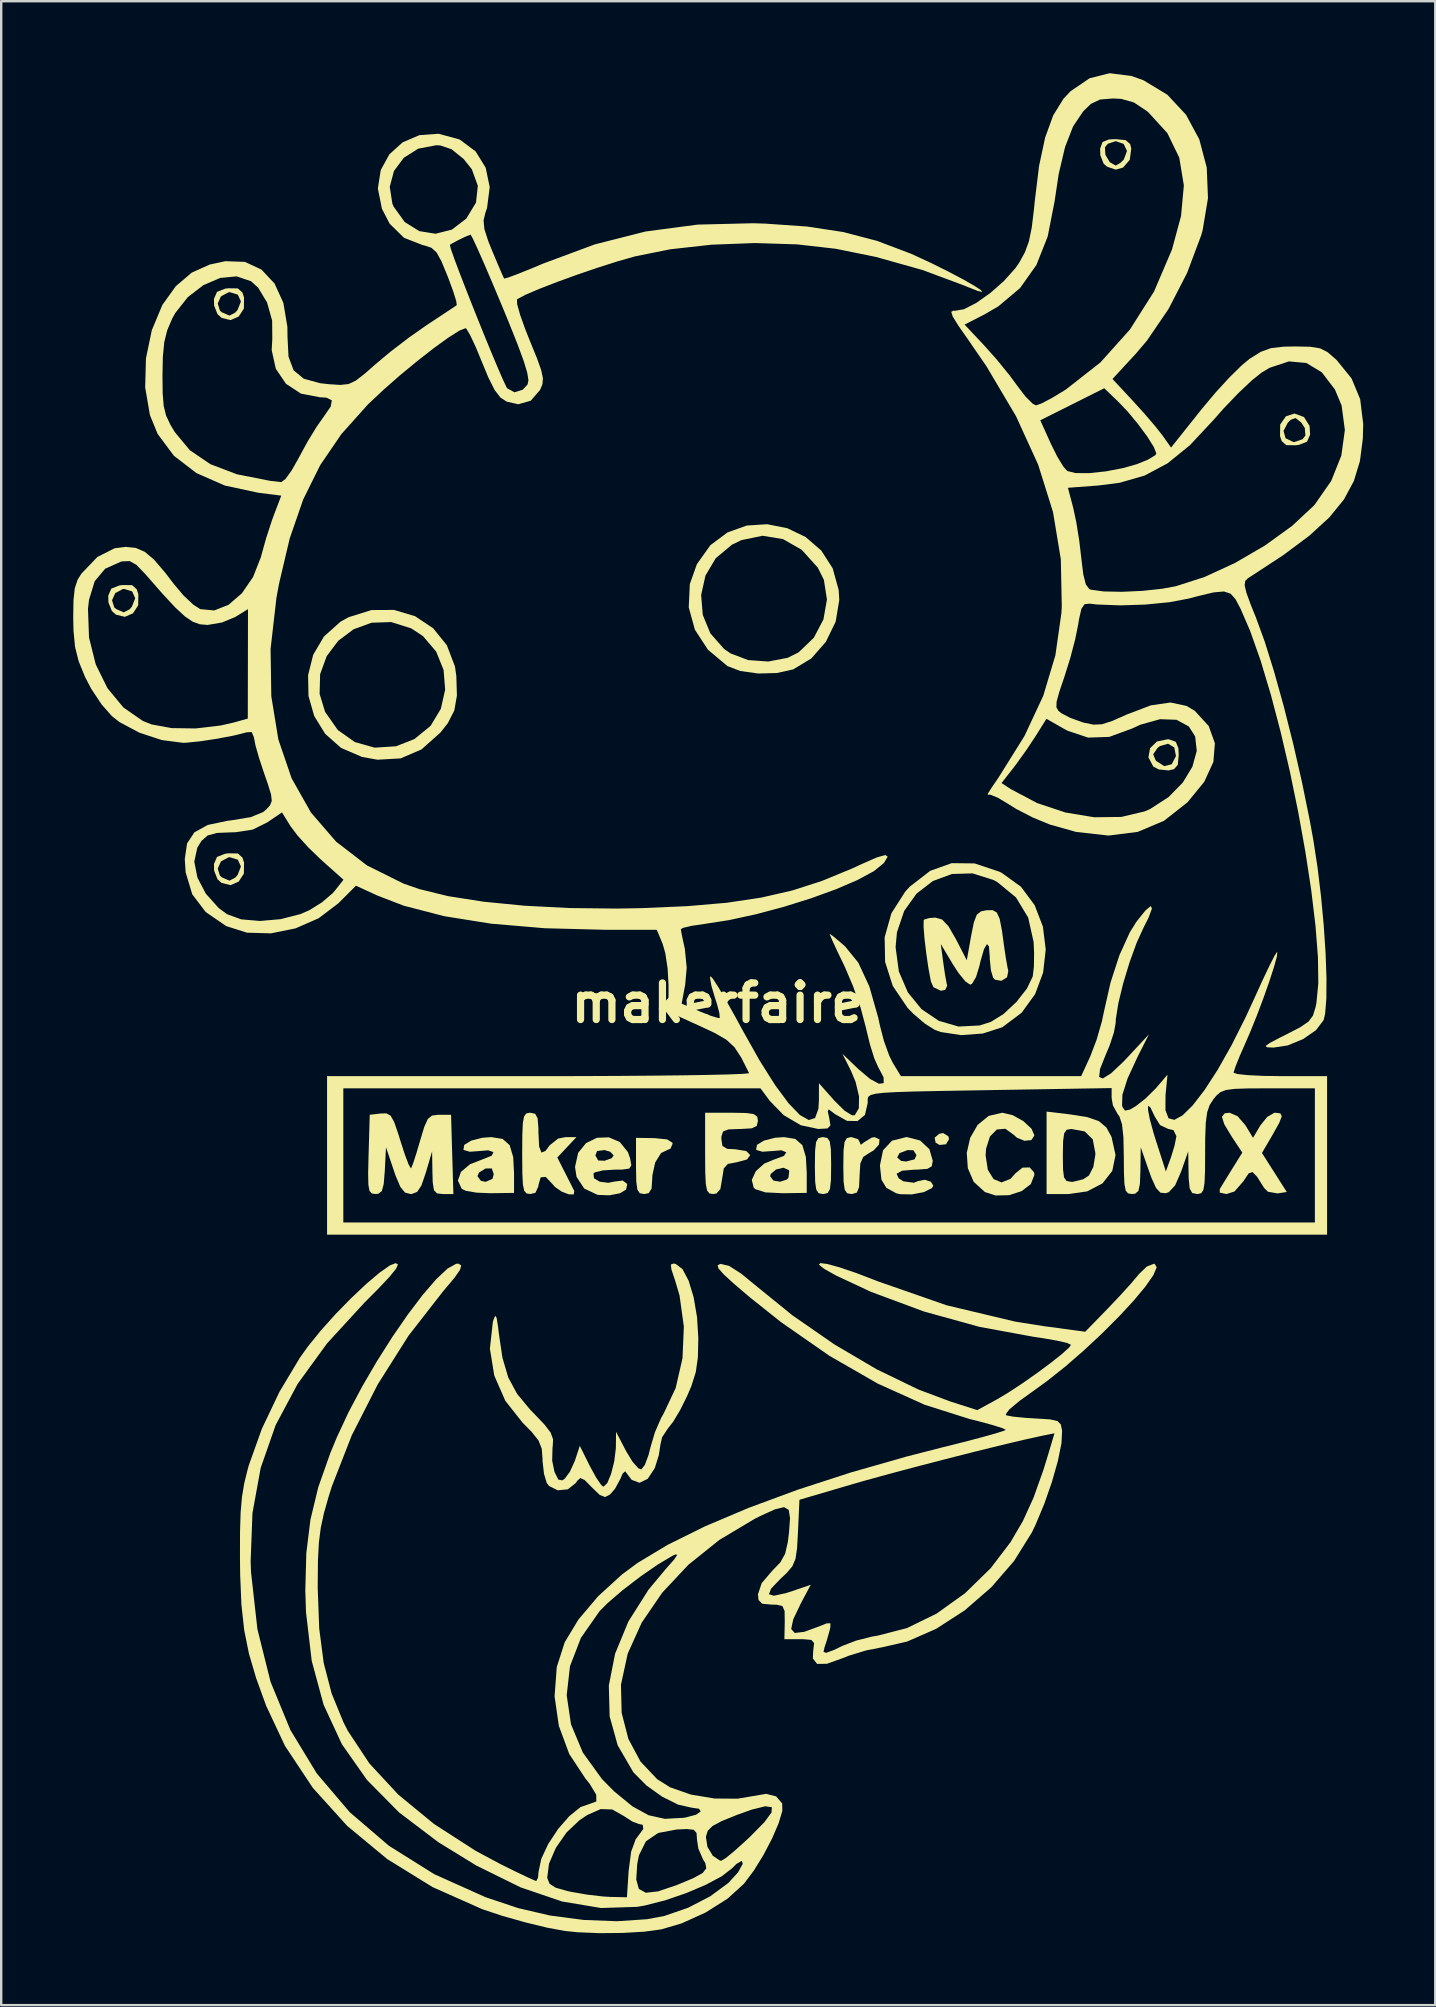
<source format=kicad_pcb>
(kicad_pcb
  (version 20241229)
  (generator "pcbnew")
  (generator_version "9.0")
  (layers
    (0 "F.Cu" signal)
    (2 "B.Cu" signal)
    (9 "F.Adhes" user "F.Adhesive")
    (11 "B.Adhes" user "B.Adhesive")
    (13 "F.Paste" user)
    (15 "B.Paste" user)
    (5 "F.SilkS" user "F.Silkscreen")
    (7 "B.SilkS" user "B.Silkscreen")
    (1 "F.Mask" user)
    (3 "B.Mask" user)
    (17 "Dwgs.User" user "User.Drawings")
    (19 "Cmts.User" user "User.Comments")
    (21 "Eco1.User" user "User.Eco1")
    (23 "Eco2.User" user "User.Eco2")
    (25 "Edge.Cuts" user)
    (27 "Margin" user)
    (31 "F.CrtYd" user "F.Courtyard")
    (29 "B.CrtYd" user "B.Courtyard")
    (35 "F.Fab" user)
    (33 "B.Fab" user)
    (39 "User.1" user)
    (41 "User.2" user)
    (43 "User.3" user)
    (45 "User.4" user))
  (footprint "makerfaire"
    (layer "F.Cu")
    (at 26.83 38.729)
    (property "Reference" "makerfaire" (at 0 0 0) (layer "F.SilkS") (effects (font (size 1.524 1.524) (thickness 0.3))))
    (attr board_only exclude_from_pos_files exclude_from_bom)
    (fp_poly (pts (xy 9.624 5.554) (xy 9.652 5.673) (xy 9.526 5.886) (xy 9.259 5.915) (xy 9.092 5.818) (xy 9.053 5.611) (xy 9.247 5.447) (xy 9.408 5.419)) (stroke (width 0) (type solid)) (fill yes) (layer "F.SilkS"))
    (fp_poly (pts (xy -2.625 5.63) (xy -2.092 5.682) (xy -1.871 5.821) (xy -1.863 5.869) (xy -1.956 6.076) (xy -2.02 6.096) (xy -2.342 6.249) (xy -2.589 6.645) (xy -2.706 7.187) (xy -2.709 7.293) (xy -2.739 7.732) (xy -2.858 7.923) (xy -3.048 7.959) (xy -3.227 7.926) (xy -3.329 7.781) (xy -3.375 7.449) (xy -3.387 6.858) (xy -3.387 6.789) (xy -3.387 5.619)) (stroke (width 0) (type solid)) (fill yes) (layer "F.SilkS"))
    (fp_poly (pts (xy 4.581 5.62) (xy 4.683 5.764) (xy 4.729 6.093) (xy 4.741 6.679) (xy 4.741 6.773) (xy 4.732 7.396) (xy 4.691 7.753) (xy 4.597 7.916) (xy 4.43 7.958) (xy 4.403 7.959) (xy 4.225 7.927) (xy 4.123 7.782) (xy 4.076 7.454) (xy 4.064 6.868) (xy 4.064 6.773) (xy 4.073 6.15) (xy 4.114 5.794) (xy 4.208 5.63) (xy 4.376 5.588) (xy 4.403 5.588)) (stroke (width 0) (type solid)) (fill yes) (layer "F.SilkS"))
    (fp_poly (pts (xy 24.438 -24.407) (xy 24.671 -24.036) (xy 24.693 -23.674) (xy 24.565 -23.38) (xy 24.23 -23.248) (xy 24.093 -23.231) (xy 23.7 -23.236) (xy 23.509 -23.405) (xy 23.44 -23.614) (xy 23.443 -23.831) (xy 23.585 -23.831) (xy 23.67 -23.524) (xy 23.985 -23.371) (xy 24.045 -23.368) (xy 24.376 -23.483) (xy 24.497 -23.635) (xy 24.471 -23.954) (xy 24.322 -24.179) (xy 24.086 -24.366) (xy 23.888 -24.293) (xy 23.768 -24.179) (xy 23.585 -23.831) (xy 23.443 -23.831) (xy 23.447 -24.096) (xy 23.687 -24.44) (xy 24.045 -24.553)) (stroke (width 0) (type solid)) (fill yes) (layer "F.SilkS"))
    (fp_poly (pts (xy -24.377 -17.404) (xy -24.186 -17.235) (xy -24.117 -17.026) (xy -24.124 -16.564) (xy -24.341 -16.231) (xy -24.679 -16.084) (xy -25.052 -16.177) (xy -25.223 -16.331) (xy -25.364 -16.687) (xy -25.366 -16.775) (xy -25.213 -16.775) (xy -25.122 -16.479) (xy -25.036 -16.406) (xy -24.724 -16.271) (xy -24.484 -16.397) (xy -24.386 -16.508) (xy -24.248 -16.86) (xy -24.375 -17.144) (xy -24.709 -17.247) (xy -24.763 -17.242) (xy -25.078 -17.074) (xy -25.213 -16.775) (xy -25.366 -16.775) (xy -25.371 -16.966) (xy -25.243 -17.26) (xy -24.907 -17.392) (xy -24.771 -17.409)) (stroke (width 0) (type solid)) (fill yes) (layer "F.SilkS"))
    (fp_poly (pts (xy -19.975 -29.765) (xy -19.783 -29.596) (xy -19.714 -29.387) (xy -19.721 -28.925) (xy -19.938 -28.592) (xy -20.277 -28.445) (xy -20.649 -28.538) (xy -20.82 -28.693) (xy -20.961 -29.049) (xy -20.963 -29.136) (xy -20.81 -29.136) (xy -20.719 -28.84) (xy -20.633 -28.767) (xy -20.321 -28.632) (xy -20.081 -28.759) (xy -19.983 -28.869) (xy -19.845 -29.221) (xy -19.972 -29.505) (xy -20.307 -29.608) (xy -20.36 -29.603) (xy -20.675 -29.436) (xy -20.81 -29.136) (xy -20.963 -29.136) (xy -20.968 -29.328) (xy -20.84 -29.622) (xy -20.505 -29.754) (xy -20.368 -29.771)) (stroke (width 0) (type solid)) (fill yes) (layer "F.SilkS"))
    (fp_poly (pts (xy -19.975 -6.228) (xy -19.783 -6.059) (xy -19.714 -5.85) (xy -19.721 -5.388) (xy -19.938 -5.055) (xy -20.277 -4.908) (xy -20.649 -5.001) (xy -20.82 -5.155) (xy -20.961 -5.511) (xy -20.963 -5.599) (xy -20.81 -5.599) (xy -20.719 -5.303) (xy -20.633 -5.23) (xy -20.321 -5.095) (xy -20.081 -5.221) (xy -19.983 -5.332) (xy -19.845 -5.684) (xy -19.972 -5.968) (xy -20.307 -6.071) (xy -20.36 -6.066) (xy -20.675 -5.898) (xy -20.81 -5.599) (xy -20.963 -5.599) (xy -20.968 -5.79) (xy -20.84 -6.084) (xy -20.505 -6.216) (xy -20.368 -6.233)) (stroke (width 0) (type solid)) (fill yes) (layer "F.SilkS"))
    (fp_poly (pts (xy 17.009 -35.943) (xy 17.196 -35.779) (xy 17.243 -35.593) (xy 17.181 -35.122) (xy 16.901 -34.798) (xy 16.595 -34.713) (xy 16.236 -34.835) (xy 16.094 -34.958) (xy 15.954 -35.314) (xy 15.947 -35.593) (xy 15.965 -35.643) (xy 16.147 -35.643) (xy 16.165 -35.333) (xy 16.347 -35.024) (xy 16.594 -34.883) (xy 16.595 -34.883) (xy 16.797 -34.998) (xy 16.932 -35.135) (xy 17.065 -35.49) (xy 16.927 -35.784) (xy 16.595 -35.899) (xy 16.266 -35.789) (xy 16.147 -35.643) (xy 15.965 -35.643) (xy 16.046 -35.862) (xy 16.31 -35.97) (xy 16.595 -35.983)) (stroke (width 0) (type solid)) (fill yes) (layer "F.SilkS"))
    (fp_poly (pts (xy 18.829 -10.977) (xy 19.098 -10.878) (xy 19.206 -10.614) (xy 19.219 -10.329) (xy 19.182 -9.92) (xy 19.024 -9.738) (xy 18.795 -9.687) (xy 18.388 -9.727) (xy 18.16 -9.848) (xy 17.958 -10.233) (xy 17.981 -10.361) (xy 18.157 -10.361) (xy 18.254 -10.118) (xy 18.287 -10.077) (xy 18.617 -9.866) (xy 18.927 -9.944) (xy 19.103 -10.28) (xy 19.104 -10.289) (xy 19.035 -10.645) (xy 18.776 -10.798) (xy 18.436 -10.702) (xy 18.332 -10.615) (xy 18.157 -10.361) (xy 17.981 -10.361) (xy 18.027 -10.613) (xy 18.314 -10.894) (xy 18.762 -10.985)) (stroke (width 0) (type solid)) (fill yes) (layer "F.SilkS"))
    (fp_poly (pts (xy 6.757 5.682) (xy 6.734 5.898) (xy 6.516 6.139) (xy 6.35 6.235) (xy 6.081 6.41) (xy 5.957 6.687) (xy 5.927 7.181) (xy 5.927 7.193) (xy 5.905 7.671) (xy 5.814 7.897) (xy 5.615 7.958) (xy 5.588 7.959) (xy 5.41 7.927) (xy 5.308 7.782) (xy 5.261 7.454) (xy 5.249 6.868) (xy 5.249 6.773) (xy 5.258 6.15) (xy 5.3 5.794) (xy 5.394 5.63) (xy 5.561 5.588) (xy 5.588 5.588) (xy 5.863 5.673) (xy 5.927 5.791) (xy 5.977 5.909) (xy 6.13 5.791) (xy 6.43 5.611) (xy 6.553 5.588)) (stroke (width 0) (type solid)) (fill yes) (layer "F.SilkS"))
    (fp_poly (pts (xy 14.665 4.637) (xy 15.409 4.754) (xy 15.895 4.923) (xy 16.207 5.187) (xy 16.421 5.579) (xy 16.588 6.336) (xy 16.452 6.995) (xy 16.047 7.514) (xy 15.405 7.849) (xy 14.624 7.959) (xy 13.716 7.959) (xy 13.716 6.35) (xy 14.393 6.35) (xy 14.401 6.942) (xy 14.444 7.272) (xy 14.549 7.416) (xy 14.746 7.45) (xy 14.805 7.451) (xy 15.24 7.344) (xy 15.482 7.185) (xy 15.663 6.832) (xy 15.747 6.321) (xy 15.748 6.259) (xy 15.639 5.681) (xy 15.302 5.351) (xy 14.743 5.249) (xy 14.554 5.281) (xy 14.449 5.426) (xy 14.403 5.76) (xy 14.393 6.35) (xy 13.716 6.35) (xy 13.716 4.525)) (stroke (width 0) (type solid)) (fill yes) (layer "F.SilkS"))
    (fp_poly (pts (xy 12.305 4.674) (xy 12.751 4.924) (xy 13.09 5.241) (xy 13.208 5.516) (xy 13.083 5.711) (xy 12.794 5.742) (xy 12.476 5.61) (xy 12.361 5.503) (xy 11.996 5.239) (xy 11.643 5.271) (xy 11.357 5.561) (xy 11.195 6.069) (xy 11.176 6.35) (xy 11.268 6.951) (xy 11.508 7.337) (xy 11.84 7.474) (xy 12.208 7.329) (xy 12.426 7.09) (xy 12.713 6.859) (xy 13.01 6.85) (xy 13.193 7.053) (xy 13.208 7.165) (xy 13.057 7.547) (xy 12.671 7.84) (xy 12.148 8.008) (xy 11.586 8.019) (xy 11.147 7.876) (xy 10.681 7.452) (xy 10.435 6.883) (xy 10.391 6.245) (xy 10.533 5.618) (xy 10.844 5.078) (xy 11.306 4.703) (xy 11.868 4.572)) (stroke (width 0) (type solid)) (fill yes) (layer "F.SilkS"))
    (fp_poly (pts (xy -8.945 5.663) (xy -8.651 5.922) (xy -8.503 6.415) (xy -8.467 7.077) (xy -8.467 7.911) (xy -9.459 7.925) (xy -10.029 7.901) (xy -10.469 7.826) (xy -10.644 7.746) (xy -10.807 7.398) (xy -10.742 7.216) (xy -9.991 7.216) (xy -9.85 7.406) (xy -9.652 7.451) (xy -9.367 7.329) (xy -9.313 7.128) (xy -9.396 6.892) (xy -9.652 6.894) (xy -9.927 7.064) (xy -9.991 7.216) (xy -10.742 7.216) (xy -10.679 7.036) (xy -10.3 6.717) (xy -9.779 6.514) (xy -9.396 6.36) (xy -9.326 6.212) (xy -9.546 6.137) (xy -9.893 6.167) (xy -10.311 6.197) (xy -10.562 6.125) (xy -10.575 6.11) (xy -10.541 5.911) (xy -10.253 5.734) (xy -9.793 5.616) (xy -9.415 5.588)) (stroke (width 0) (type solid)) (fill yes) (layer "F.SilkS"))
    (fp_poly (pts (xy 1.188 4.583) (xy 1.52 4.63) (xy 1.664 4.736) (xy 1.693 4.911) (xy 1.643 5.122) (xy 1.436 5.222) (xy 0.986 5.249) (xy 0.931 5.249) (xy 0.461 5.267) (xy 0.238 5.353) (xy 0.172 5.558) (xy 0.169 5.673) (xy 0.214 5.959) (xy 0.413 6.076) (xy 0.762 6.096) (xy 1.21 6.17) (xy 1.37 6.337) (xy 1.238 6.519) (xy 0.806 6.635) (xy 0.804 6.636) (xy 0.438 6.705) (xy 0.27 6.892) (xy 0.203 7.304) (xy 0.201 7.324) (xy 0.125 7.758) (xy -0.039 7.938) (xy -0.18 7.959) (xy -0.329 7.933) (xy -0.425 7.816) (xy -0.479 7.545) (xy -0.503 7.06) (xy -0.508 6.3) (xy -0.508 6.265) (xy -0.508 4.572) (xy 0.593 4.572)) (stroke (width 0) (type solid)) (fill yes) (layer "F.SilkS"))
    (fp_poly (pts (xy 3.247 5.663) (xy 3.541 5.922) (xy 3.689 6.415) (xy 3.725 7.077) (xy 3.725 7.911) (xy 2.722 7.925) (xy 2.002 7.89) (xy 1.588 7.759) (xy 1.517 7.696) (xy 1.436 7.372) (xy 1.507 7.216) (xy 2.201 7.216) (xy 2.333 7.396) (xy 2.62 7.446) (xy 2.896 7.355) (xy 2.963 7.281) (xy 2.995 7.008) (xy 2.973 6.959) (xy 2.752 6.863) (xy 2.447 6.936) (xy 2.227 7.12) (xy 2.201 7.216) (xy 1.507 7.216) (xy 1.603 7.008) (xy 1.955 6.69) (xy 2.365 6.521) (xy 2.776 6.371) (xy 2.873 6.22) (xy 2.669 6.137) (xy 2.299 6.167) (xy 1.881 6.197) (xy 1.63 6.125) (xy 1.617 6.11) (xy 1.651 5.911) (xy 1.939 5.734) (xy 2.399 5.616) (xy 2.777 5.588)) (stroke (width 0) (type solid)) (fill yes) (layer "F.SilkS"))
    (fp_poly (pts (xy 23.452 4.598) (xy 23.512 4.719) (xy 23.406 4.997) (xy 23.127 5.496) (xy 23.112 5.522) (xy 22.687 6.248) (xy 23.204 7.061) (xy 23.721 7.874) (xy 23.336 7.933) (xy 22.939 7.864) (xy 22.778 7.707) (xy 22.485 7.24) (xy 22.294 7.043) (xy 22.137 7.095) (xy 21.948 7.373) (xy 21.917 7.424) (xy 21.542 7.854) (xy 21.205 7.959) (xy 20.926 7.899) (xy 20.933 7.747) (xy 21.096 7.479) (xy 21.355 7.058) (xy 21.463 6.885) (xy 21.868 6.234) (xy 21.433 5.576) (xy 21.117 5.053) (xy 21.019 4.741) (xy 21.135 4.597) (xy 21.338 4.572) (xy 21.671 4.717) (xy 21.994 5.088) (xy 21.998 5.095) (xy 22.315 5.617) (xy 22.624 5.095) (xy 22.909 4.745) (xy 23.201 4.575) (xy 23.235 4.572)) (stroke (width 0) (type solid)) (fill yes) (layer "F.SilkS"))
    (fp_poly (pts (xy -4.062 5.792) (xy -3.723 6.213) (xy -3.632 6.477) (xy -3.582 6.762) (xy -3.666 6.898) (xy -3.962 6.94) (xy -4.29 6.943) (xy -4.772 6.975) (xy -5.097 7.056) (xy -5.158 7.102) (xy -5.139 7.301) (xy -4.896 7.446) (xy -4.541 7.491) (xy -4.291 7.44) (xy -3.94 7.398) (xy -3.753 7.538) (xy -3.798 7.769) (xy -4.055 7.927) (xy -4.496 8.012) (xy -4.97 7.995) (xy -4.995 7.99) (xy -5.545 7.73) (xy -5.864 7.243) (xy -5.927 6.832) (xy -5.821 6.35) (xy -5.08 6.35) (xy -4.963 6.56) (xy -4.699 6.573) (xy -4.401 6.467) (xy -4.318 6.35) (xy -4.462 6.197) (xy -4.699 6.127) (xy -5.009 6.168) (xy -5.08 6.35) (xy -5.821 6.35) (xy -5.799 6.246) (xy -5.468 5.836) (xy -5.015 5.616) (xy -4.519 5.597)) (stroke (width 0) (type solid)) (fill yes) (layer "F.SilkS"))
    (fp_poly (pts (xy -7.586 4.617) (xy -7.485 4.806) (xy -7.452 5.223) (xy -7.451 5.419) (xy -7.421 5.987) (xy -7.325 6.232) (xy -7.154 6.161) (xy -6.982 5.927) (xy -6.633 5.649) (xy -6.319 5.588) (xy -5.868 5.588) (xy -6.267 6.013) (xy -6.665 6.437) (xy -6.343 7.071) (xy -6.127 7.496) (xy -5.981 7.787) (xy -5.959 7.832) (xy -5.979 7.974) (xy -6.187 7.972) (xy -6.481 7.858) (xy -6.76 7.666) (xy -6.873 7.537) (xy -7.149 7.245) (xy -7.358 7.263) (xy -7.45 7.581) (xy -7.451 7.63) (xy -7.575 7.906) (xy -7.789 7.959) (xy -7.943 7.935) (xy -8.042 7.825) (xy -8.098 7.566) (xy -8.122 7.096) (xy -8.128 6.356) (xy -8.128 6.265) (xy -8.123 5.495) (xy -8.101 5.001) (xy -8.049 4.724) (xy -7.956 4.601) (xy -7.807 4.572) (xy -7.789 4.572)) (stroke (width 0) (type solid)) (fill yes) (layer "F.SilkS"))
    (fp_poly (pts (xy 8.447 5.728) (xy 8.834 6.091) (xy 8.975 6.575) (xy 8.933 6.803) (xy 8.748 6.911) (xy 8.332 6.942) (xy 8.213 6.943) (xy 7.693 6.988) (xy 7.468 7.113) (xy 7.553 7.301) (xy 7.751 7.43) (xy 8.187 7.488) (xy 8.36 7.419) (xy 8.643 7.364) (xy 8.895 7.447) (xy 8.996 7.608) (xy 8.944 7.707) (xy 8.603 7.88) (xy 8.101 7.974) (xy 7.611 7.966) (xy 7.454 7.927) (xy 7.044 7.704) (xy 6.837 7.363) (xy 6.776 6.8) (xy 6.776 6.757) (xy 6.842 6.436) (xy 7.493 6.436) (xy 7.656 6.578) (xy 7.86 6.604) (xy 8.215 6.515) (xy 8.297 6.338) (xy 8.169 6.136) (xy 7.93 6.127) (xy 7.589 6.254) (xy 7.493 6.436) (xy 6.842 6.436) (xy 6.904 6.135) (xy 7.277 5.736) (xy 7.87 5.588) (xy 7.903 5.588)) (stroke (width 0) (type solid)) (fill yes) (layer "F.SilkS"))
    (fp_poly (pts (xy -12.588 -16.11) (xy -11.838 -15.61) (xy -11.267 -14.903) (xy -10.929 -14.018) (xy -10.872 -13.627) (xy -10.847 -12.805) (xy -10.955 -12.186) (xy -11.228 -11.651) (xy -11.54 -11.257) (xy -12.327 -10.559) (xy -13.191 -10.188) (xy -14.159 -10.133) (xy -14.798 -10.248) (xy -15.669 -10.622) (xy -16.335 -11.21) (xy -16.791 -11.952) (xy -17.03 -12.788) (xy -17.031 -12.877) (xy -16.567 -12.877) (xy -16.339 -12.128) (xy -15.811 -11.372) (xy -15.1 -10.868) (xy -14.27 -10.635) (xy -13.383 -10.693) (xy -12.616 -10.994) (xy -11.942 -11.545) (xy -11.516 -12.255) (xy -11.337 -13.053) (xy -11.402 -13.87) (xy -11.71 -14.635) (xy -12.258 -15.279) (xy -12.747 -15.603) (xy -13.586 -15.867) (xy -14.404 -15.839) (xy -15.155 -15.564) (xy -15.793 -15.085) (xy -16.271 -14.448) (xy -16.545 -13.697) (xy -16.567 -12.877) (xy -17.031 -12.877) (xy -17.046 -13.659) (xy -16.834 -14.504) (xy -16.387 -15.264) (xy -15.7 -15.879) (xy -15.367 -16.066) (xy -14.408 -16.367) (xy -13.463 -16.372)) (stroke (width 0) (type solid)) (fill yes) (layer "F.SilkS"))
    (fp_poly (pts (xy 2.911 -19.778) (xy 3.679 -19.409) (xy 4.329 -18.848) (xy 4.805 -18.108) (xy 5.055 -17.204) (xy 5.08 -16.788) (xy 4.931 -15.887) (xy 4.523 -15.045) (xy 3.916 -14.352) (xy 3.169 -13.899) (xy 3.164 -13.897) (xy 2.483 -13.744) (xy 1.699 -13.724) (xy 0.956 -13.828) (xy 0.423 -14.033) (xy -0.389 -14.713) (xy -0.933 -15.546) (xy -1.19 -16.477) (xy -1.166 -16.993) (xy -0.674 -16.993) (xy -0.606 -16.165) (xy -0.288 -15.393) (xy 0.281 -14.749) (xy 0.549 -14.562) (xy 1.284 -14.283) (xy 2.123 -14.223) (xy 2.929 -14.378) (xy 3.387 -14.605) (xy 4.022 -15.217) (xy 4.421 -15.978) (xy 4.566 -16.809) (xy 4.439 -17.626) (xy 4.187 -18.132) (xy 3.517 -18.876) (xy 2.735 -19.323) (xy 1.883 -19.462) (xy 1.004 -19.28) (xy 0.61 -19.09) (xy -0.065 -18.527) (xy -0.494 -17.804) (xy -0.674 -16.993) (xy -1.166 -16.993) (xy -1.145 -17.45) (xy -0.851 -18.279) (xy -0.288 -19.07) (xy 0.424 -19.601) (xy 1.229 -19.888) (xy 2.076 -19.942)) (stroke (width 0) (type solid)) (fill yes) (layer "F.SilkS"))
    (fp_poly (pts (xy -13.609 4.695) (xy -13.461 4.957) (xy -13.29 5.452) (xy -13.197 5.756) (xy -13.013 6.323) (xy -12.86 6.725) (xy -12.766 6.889) (xy -12.758 6.888) (xy -12.678 6.699) (xy -12.54 6.277) (xy -12.381 5.736) (xy -12.206 5.157) (xy -12.059 4.833) (xy -11.885 4.691) (xy -11.629 4.657) (xy -11.584 4.657) (xy -11.091 4.657) (xy -11.043 6.308) (xy -10.994 7.959) (xy -11.424 7.959) (xy -11.675 7.933) (xy -11.804 7.799) (xy -11.855 7.472) (xy -11.867 7.07) (xy -11.881 6.181) (xy -12.143 7.07) (xy -12.325 7.601) (xy -12.504 7.872) (xy -12.732 7.957) (xy -12.775 7.959) (xy -13.01 7.897) (xy -13.202 7.664) (xy -13.402 7.192) (xy -13.473 6.985) (xy -13.801 6.011) (xy -13.851 6.985) (xy -13.896 7.541) (xy -13.975 7.836) (xy -14.121 7.947) (xy -14.239 7.959) (xy -14.392 7.937) (xy -14.488 7.829) (xy -14.535 7.574) (xy -14.545 7.109) (xy -14.528 6.372) (xy -14.526 6.308) (xy -14.478 4.657) (xy -14.02 4.604) (xy -13.779 4.599)) (stroke (width 0) (type solid)) (fill yes) (layer "F.SilkS"))
    (fp_poly (pts (xy 11.642 -3.768) (xy 11.762 -3.502) (xy 11.858 -3.008) (xy 11.933 -2.455) (xy 12.013 -1.905) (xy 12.091 -1.466) (xy 12.122 -1.332) (xy 12.068 -1.067) (xy 11.833 -0.923) (xy 11.567 -0.969) (xy 11.488 -1.053) (xy 11.398 -1.355) (xy 11.35 -1.826) (xy 11.348 -1.933) (xy 11.315 -2.354) (xy 11.232 -2.454) (xy 11.11 -2.246) (xy 10.963 -1.742) (xy 10.921 -1.553) (xy 10.778 -1.083) (xy 10.611 -0.802) (xy 10.533 -0.762) (xy 10.335 -0.897) (xy 10.049 -1.247) (xy 9.813 -1.609) (xy 9.309 -2.455) (xy 9.41 -1.693) (xy 9.485 -1.183) (xy 9.555 -0.802) (xy 9.576 -0.72) (xy 9.494 -0.547) (xy 9.311 -0.508) (xy 9.004 -0.657) (xy 8.899 -0.889) (xy 8.795 -1.443) (xy 8.703 -2.07) (xy 8.631 -2.675) (xy 8.592 -3.164) (xy 8.596 -3.442) (xy 8.607 -3.471) (xy 8.825 -3.538) (xy 9.085 -3.556) (xy 9.362 -3.477) (xy 9.626 -3.2) (xy 9.935 -2.667) (xy 10.392 -1.778) (xy 10.573 -2.794) (xy 10.687 -3.361) (xy 10.808 -3.675) (xy 10.983 -3.816) (xy 11.204 -3.862) (xy 11.467 -3.867)) (stroke (width 0) (type solid)) (fill yes) (layer "F.SilkS"))
    (fp_poly (pts (xy 10.719 -5.813) (xy 11.744 -5.47) (xy 11.853 -5.416) (xy 12.649 -4.841) (xy 13.218 -4.075) (xy 13.562 -3.183) (xy 13.68 -2.226) (xy 13.572 -1.267) (xy 13.238 -0.369) (xy 12.678 0.406) (xy 11.893 0.995) (xy 11.85 1.018) (xy 11.059 1.273) (xy 10.158 1.34) (xy 9.31 1.211) (xy 9.059 1.12) (xy 8.65 0.863) (xy 8.171 0.456) (xy 7.928 0.207) (xy 7.308 -0.709) (xy 6.989 -1.711) (xy 6.978 -2.323) (xy 7.426 -2.323) (xy 7.562 -1.311) (xy 7.938 -0.439) (xy 8.508 0.258) (xy 9.227 0.744) (xy 10.049 0.982) (xy 10.927 0.937) (xy 11.396 0.787) (xy 11.922 0.46) (xy 12.457 -0.04) (xy 12.897 -0.601) (xy 13.141 -1.11) (xy 13.188 -1.513) (xy 13.195 -2.101) (xy 13.175 -2.544) (xy 12.949 -3.557) (xy 12.441 -4.396) (xy 11.671 -5.03) (xy 11.503 -5.122) (xy 10.632 -5.398) (xy 9.774 -5.373) (xy 8.979 -5.08) (xy 8.299 -4.555) (xy 7.783 -3.832) (xy 7.483 -2.945) (xy 7.426 -2.323) (xy 6.978 -2.323) (xy 6.97 -2.739) (xy 7.251 -3.736) (xy 7.83 -4.642) (xy 8.023 -4.851) (xy 8.867 -5.504) (xy 9.763 -5.824)) (stroke (width 0) (type solid)) (fill yes) (layer "F.SilkS"))
    (fp_poly (pts (xy -1.737 10.869) (xy -1.452 11.084) (xy -1.194 11.571) (xy -0.985 12.263) (xy -0.844 13.095) (xy -0.791 13.97) (xy -0.81 14.766) (xy -0.897 15.378) (xy -1.082 15.962) (xy -1.258 16.374) (xy -1.549 16.958) (xy -1.841 17.447) (xy -2.051 17.713) (xy -2.302 18.093) (xy -2.371 18.404) (xy -2.436 18.835) (xy -2.596 19.346) (xy -2.616 19.394) (xy -2.901 19.824) (xy -3.242 19.987) (xy -3.569 19.863) (xy -3.705 19.685) (xy -3.838 19.508) (xy -3.946 19.605) (xy -4.034 19.819) (xy -4.26 20.234) (xy -4.468 20.473) (xy -4.676 20.582) (xy -4.896 20.495) (xy -5.217 20.186) (xy -5.526 19.873) (xy -5.703 19.789) (xy -5.839 19.907) (xy -5.897 19.997) (xy -6.225 20.259) (xy -6.645 20.3) (xy -7.01 20.121) (xy -7.106 19.992) (xy -7.22 19.612) (xy -7.279 19.09) (xy -7.281 18.977) (xy -7.313 18.57) (xy -7.445 18.232) (xy -7.736 17.863) (xy -8.111 17.484) (xy -8.831 16.572) (xy -9.292 15.518) (xy -9.473 14.4) (xy -9.351 13.293) (xy -9.328 13.208) (xy -9.254 13.03) (xy -9.193 13.114) (xy -9.133 13.492) (xy -9.106 13.731) (xy -8.95 14.78) (xy -8.71 15.596) (xy -8.341 16.281) (xy -7.8 16.936) (xy -7.663 17.076) (xy -7.2 17.56) (xy -6.941 17.899) (xy -6.842 18.174) (xy -6.856 18.469) (xy -6.865 18.517) (xy -6.879 19.067) (xy -6.782 19.536) (xy -6.623 19.853) (xy -6.459 19.887) (xy -6.356 19.817) (xy -6.14 19.525) (xy -5.937 19.081) (xy -5.921 19.032) (xy -5.728 18.449) (xy -5.304 19.3) (xy -5.05 19.765) (xy -4.838 20.074) (xy -4.743 20.151) (xy -4.584 20) (xy -4.424 19.616) (xy -4.295 19.103) (xy -4.228 18.566) (xy -4.225 18.474) (xy -4.218 17.865) (xy -3.793 18.68) (xy -3.525 19.12) (xy -3.283 19.387) (xy -3.166 19.43) (xy -3.017 19.238) (xy -2.863 18.824) (xy -2.79 18.529) (xy -2.602 17.89) (xy -2.337 17.279) (xy -2.236 17.103) (xy -1.733 16.035) (xy -1.45 14.797) (xy -1.394 13.482) (xy -1.574 12.183) (xy -1.763 11.545) (xy -1.912 11.102) (xy -1.936 10.897) (xy -1.831 10.855)) (stroke (width 0) (type solid)) (fill yes) (layer "F.SilkS"))
    (fp_poly (pts (xy 17.251 -38.615) (xy 17.756 -38.433) (xy 18.746 -37.833) (xy 19.525 -36.998) (xy 20.077 -35.973) (xy 20.387 -34.8) (xy 20.439 -33.523) (xy 20.215 -32.184) (xy 20.157 -31.979) (xy 19.571 -30.414) (xy 18.8 -28.916) (xy 17.901 -27.596) (xy 17.444 -27.057) (xy 16.461 -25.993) (xy 17.332 -25.057) (xy 17.815 -24.522) (xy 18.251 -24.012) (xy 18.548 -23.635) (xy 18.552 -23.629) (xy 18.901 -23.136) (xy 20.173 -24.734) (xy 20.749 -25.421) (xy 21.332 -26.057) (xy 21.85 -26.566) (xy 22.181 -26.839) (xy 22.639 -27.124) (xy 23.061 -27.277) (xy 23.587 -27.339) (xy 24.064 -27.347) (xy 24.694 -27.335) (xy 25.105 -27.27) (xy 25.418 -27.113) (xy 25.752 -26.824) (xy 25.812 -26.766) (xy 26.42 -26.014) (xy 26.778 -25.153) (xy 26.905 -24.116) (xy 26.888 -23.497) (xy 26.768 -22.57) (xy 26.515 -21.741) (xy 26.1 -20.971) (xy 25.492 -20.225) (xy 24.662 -19.465) (xy 23.579 -18.657) (xy 22.214 -17.763) (xy 22.106 -17.695) (xy 21.991 -17.584) (xy 21.965 -17.4) (xy 22.042 -17.079) (xy 22.234 -16.556) (xy 22.434 -16.061) (xy 22.796 -15.071) (xy 23.188 -13.818) (xy 23.591 -12.374) (xy 23.985 -10.811) (xy 24.353 -9.202) (xy 24.676 -7.618) (xy 24.83 -6.773) (xy 25.004 -5.635) (xy 25.149 -4.432) (xy 25.261 -3.225) (xy 25.338 -2.073) (xy 25.375 -1.036) (xy 25.369 -0.174) (xy 25.318 0.453) (xy 25.256 0.713) (xy 24.94 1.131) (xy 24.403 1.504) (xy 23.761 1.768) (xy 23.163 1.859) (xy 22.9 1.846) (xy 22.839 1.792) (xy 23.011 1.667) (xy 23.445 1.439) (xy 23.707 1.308) (xy 24.281 1.011) (xy 24.625 0.777) (xy 24.812 0.526) (xy 24.919 0.179) (xy 24.956 0) (xy 25.035 -0.82) (xy 25.019 -1.91) (xy 24.917 -3.22) (xy 24.74 -4.699) (xy 24.496 -6.296) (xy 24.197 -7.959) (xy 23.851 -9.637) (xy 23.468 -11.28) (xy 23.059 -12.836) (xy 22.634 -14.254) (xy 22.201 -15.483) (xy 21.794 -16.425) (xy 21.587 -16.816) (xy 21.381 -17.05) (xy 21.103 -17.141) (xy 20.681 -17.104) (xy 20.04 -16.953) (xy 19.643 -16.847) (xy 18.836 -16.694) (xy 17.837 -16.596) (xy 16.786 -16.562) (xy 15.824 -16.598) (xy 15.5 -16.634) (xy 15.298 -16.61) (xy 15.167 -16.422) (xy 15.069 -15.995) (xy 15.034 -15.773) (xy 14.908 -15.151) (xy 14.704 -14.375) (xy 14.466 -13.611) (xy 14.457 -13.585) (xy 14.241 -12.945) (xy 14.132 -12.546) (xy 14.125 -12.313) (xy 14.211 -12.167) (xy 14.325 -12.074) (xy 14.694 -11.88) (xy 15.199 -11.696) (xy 15.29 -11.671) (xy 15.673 -11.593) (xy 16.023 -11.611) (xy 16.451 -11.747) (xy 17.05 -12.013) (xy 18.053 -12.396) (xy 18.876 -12.516) (xy 19.551 -12.373) (xy 19.894 -12.164) (xy 20.47 -11.535) (xy 20.726 -10.82) (xy 20.663 -10.039) (xy 20.285 -9.215) (xy 19.592 -8.366) (xy 19.583 -8.357) (xy 18.606 -7.588) (xy 17.513 -7.127) (xy 16.296 -6.973) (xy 14.944 -7.125) (xy 13.846 -7.434) (xy 13.153 -7.72) (xy 12.456 -8.079) (xy 12.132 -8.281) (xy 11.695 -8.545) (xy 11.369 -8.678) (xy 11.259 -8.672) (xy 11.277 -8.732) (xy 11.452 -9.007) (xy 11.558 -9.161) (xy 11.839 -9.161) (xy 12.227 -8.907) (xy 13.322 -8.327) (xy 14.506 -7.933) (xy 15.7 -7.736) (xy 16.826 -7.749) (xy 17.806 -7.981) (xy 18.034 -8.083) (xy 18.795 -8.575) (xy 19.389 -9.18) (xy 19.79 -9.842) (xy 19.971 -10.501) (xy 19.905 -11.102) (xy 19.643 -11.515) (xy 19.13 -11.796) (xy 18.442 -11.821) (xy 17.622 -11.591) (xy 17.272 -11.43) (xy 16.325 -11.083) (xy 15.446 -11.054) (xy 14.584 -11.342) (xy 14.433 -11.424) (xy 13.71 -11.837) (xy 13.265 -11.126) (xy 12.873 -10.534) (xy 12.442 -9.935) (xy 12.33 -9.788) (xy 11.839 -9.161) (xy 11.558 -9.161) (xy 11.719 -9.398) (xy 12.798 -11.126) (xy 13.579 -12.801) (xy 14.082 -14.481) (xy 14.331 -16.226) (xy 14.349 -16.51) (xy 14.309 -18.483) (xy 13.984 -20.447) (xy 13.667 -21.46) (xy 14.605 -21.46) (xy 14.824 -20.631) (xy 14.954 -20.023) (xy 15.077 -19.253) (xy 15.16 -18.546) (xy 15.245 -17.851) (xy 15.35 -17.437) (xy 15.492 -17.243) (xy 15.555 -17.216) (xy 16.097 -17.142) (xy 16.853 -17.127) (xy 17.704 -17.166) (xy 18.531 -17.255) (xy 19.103 -17.36) (xy 20.297 -17.745) (xy 21.568 -18.331) (xy 22.815 -19.058) (xy 23.936 -19.868) (xy 24.83 -20.699) (xy 24.89 -20.766) (xy 25.573 -21.748) (xy 25.994 -22.803) (xy 26.141 -23.871) (xy 26.004 -24.891) (xy 25.726 -25.555) (xy 25.181 -26.269) (xy 24.538 -26.659) (xy 23.809 -26.724) (xy 23.011 -26.46) (xy 22.674 -26.261) (xy 22.255 -25.925) (xy 21.704 -25.403) (xy 21.1 -24.774) (xy 20.656 -24.271) (xy 19.685 -23.234) (xy 18.756 -22.479) (xy 17.802 -21.97) (xy 16.756 -21.668) (xy 15.88 -21.556) (xy 14.605 -21.46) (xy 13.667 -21.46) (xy 13.364 -22.425) (xy 12.52 -24.272) (xy 13.453 -24.272) (xy 13.892 -23.299) (xy 14.16 -22.76) (xy 14.415 -22.342) (xy 14.573 -22.161) (xy 14.918 -22.073) (xy 15.49 -22.07) (xy 16.192 -22.145) (xy 16.926 -22.287) (xy 17.484 -22.447) (xy 17.944 -22.635) (xy 18.235 -22.811) (xy 18.288 -22.888) (xy 18.183 -23.158) (xy 17.909 -23.594) (xy 17.526 -24.113) (xy 17.096 -24.632) (xy 16.711 -25.037) (xy 16.118 -25.606) (xy 14.786 -24.939) (xy 13.453 -24.272) (xy 12.52 -24.272) (xy 12.442 -24.443) (xy 11.209 -26.524) (xy 10.458 -27.617) (xy 10.037 -28.219) (xy 10.013 -28.258) (xy 10.3 -28.258) (xy 11.127 -27.379) (xy 11.653 -26.787) (xy 12.174 -26.145) (xy 12.505 -25.696) (xy 12.839 -25.259) (xy 13.131 -24.967) (xy 13.275 -24.892) (xy 13.517 -24.979) (xy 13.95 -25.208) (xy 14.483 -25.531) (xy 14.527 -25.56) (xy 15.958 -26.682) (xy 17.189 -28.055) (xy 18.192 -29.636) (xy 18.94 -31.386) (xy 19.316 -32.779) (xy 19.434 -34.054) (xy 19.243 -35.211) (xy 18.748 -36.232) (xy 17.957 -37.099) (xy 17.891 -37.153) (xy 17.354 -37.511) (xy 16.825 -37.66) (xy 16.48 -37.677) (xy 15.94 -37.633) (xy 15.559 -37.45) (xy 15.235 -37.133) (xy 14.82 -36.514) (xy 14.486 -35.657) (xy 14.22 -34.528) (xy 14.047 -33.378) (xy 13.762 -31.928) (xy 13.291 -30.74) (xy 12.611 -29.781) (xy 11.704 -29.016) (xy 11.119 -28.677) (xy 10.3 -28.258) (xy 10.013 -28.258) (xy 9.805 -28.596) (xy 9.744 -28.789) (xy 9.834 -28.839) (xy 9.892 -28.832) (xy 10.275 -28.898) (xy 10.796 -29.167) (xy 11.379 -29.58) (xy 11.944 -30.079) (xy 12.415 -30.606) (xy 12.578 -30.842) (xy 12.814 -31.272) (xy 12.979 -31.722) (xy 13.096 -32.288) (xy 13.191 -33.065) (xy 13.221 -33.379) (xy 13.402 -34.862) (xy 13.655 -36.047) (xy 13.99 -36.97) (xy 14.42 -37.667) (xy 14.717 -37.982) (xy 15.507 -38.519) (xy 16.341 -38.729)) (stroke (width 0) (type solid)) (fill yes) (layer "F.SilkS"))
    (fp_poly (pts (xy 4.587 10.874) (xy 5.097 11.014) (xy 5.793 11.25) (xy 6.649 11.579) (xy 6.683 11.593) (xy 9.549 12.592) (xy 12.408 13.273) (xy 13.593 13.461) (xy 15.325 13.695) (xy 16.262 12.732) (xy 16.767 12.2) (xy 17.225 11.695) (xy 17.545 11.318) (xy 17.568 11.289) (xy 17.89 10.979) (xy 18.19 10.863) (xy 18.218 10.866) (xy 18.303 11.011) (xy 18.164 11.338) (xy 17.832 11.813) (xy 17.344 12.399) (xy 16.731 13.061) (xy 16.029 13.764) (xy 15.27 14.472) (xy 14.49 15.15) (xy 13.721 15.761) (xy 13.209 16.13) (xy 12.573 16.588) (xy 12.165 16.93) (xy 12.012 17.135) (xy 12.039 17.178) (xy 12.329 17.232) (xy 12.834 17.282) (xy 13.293 17.31) (xy 13.858 17.346) (xy 14.168 17.415) (xy 14.308 17.556) (xy 14.361 17.81) (xy 14.362 17.82) (xy 14.336 18.34) (xy 14.186 19.079) (xy 13.939 19.949) (xy 13.62 20.865) (xy 13.254 21.74) (xy 13.1 22.06) (xy 12.36 23.247) (xy 11.408 24.344) (xy 10.306 25.3) (xy 9.118 26.069) (xy 7.906 26.601) (xy 6.913 26.829) (xy 6.199 26.97) (xy 5.465 27.194) (xy 5.22 27.293) (xy 4.567 27.527) (xy 4.156 27.531) (xy 3.979 27.303) (xy 3.995 26.973) (xy 4.032 26.666) (xy 3.918 26.533) (xy 3.571 26.501) (xy 3.442 26.501) (xy 2.794 26.501) (xy 2.809 25.781) (xy 2.803 25.33) (xy 2.712 25.123) (xy 2.465 25.064) (xy 2.258 25.061) (xy 1.87 25.026) (xy 1.716 24.87) (xy 1.693 24.629) (xy 1.694 24.628) (xy 2.15 24.628) (xy 2.353 24.692) (xy 2.848 24.586) (xy 3.134 24.495) (xy 3.891 24.236) (xy 3.47 25.028) (xy 3.162 25.677) (xy 3.077 26.076) (xy 3.226 26.243) (xy 3.622 26.195) (xy 4.172 25.994) (xy 4.561 25.841) (xy 4.714 25.842) (xy 4.706 26.021) (xy 4.675 26.147) (xy 4.552 26.582) (xy 4.47 26.824) (xy 4.424 27.028) (xy 4.536 27.071) (xy 4.858 26.951) (xy 5.214 26.779) (xy 5.782 26.561) (xy 6.455 26.391) (xy 6.685 26.353) (xy 7.902 26.039) (xy 9.132 25.437) (xy 10.314 24.592) (xy 11.387 23.545) (xy 12.213 22.461) (xy 12.728 21.581) (xy 13.171 20.61) (xy 13.585 19.447) (xy 13.776 18.826) (xy 14.044 17.925) (xy 13.499 18.035) (xy 12.801 18.189) (xy 11.854 18.413) (xy 10.738 18.688) (xy 9.529 18.995) (xy 8.307 19.313) (xy 7.148 19.621) (xy 6.131 19.901) (xy 5.563 20.065) (xy 3.421 20.695) (xy 3.36 22.035) (xy 3.322 22.711) (xy 3.258 23.152) (xy 3.129 23.46) (xy 2.897 23.737) (xy 2.625 23.993) (xy 2.241 24.395) (xy 2.15 24.628) (xy 1.694 24.628) (xy 1.848 24.167) (xy 2.284 23.656) (xy 2.626 23.301) (xy 2.825 22.943) (xy 2.938 22.452) (xy 2.986 22.056) (xy 3.029 21.464) (xy 2.976 21.119) (xy 2.782 21.001) (xy 2.399 21.093) (xy 1.781 21.376) (xy 1.56 21.487) (xy 0.092 22.362) (xy -1.205 23.402) (xy -2.296 24.566) (xy -3.15 25.814) (xy -3.733 27.104) (xy -4.013 28.396) (xy -4.014 28.406) (xy -3.985 29.573) (xy -3.704 30.658) (xy -3.2 31.599) (xy -2.504 32.335) (xy -1.964 32.673) (xy -1.096 32.976) (xy -0.109 33.139) (xy 0.846 33.146) (xy 1.41 33.05) (xy 2.035 32.944) (xy 2.451 33.051) (xy 2.702 33.345) (xy 2.708 33.652) (xy 2.557 34.161) (xy 2.285 34.796) (xy 1.928 35.481) (xy 1.522 36.139) (xy 1.109 36.69) (xy 0.423 37.313) (xy -0.483 37.885) (xy -1.492 38.342) (xy -2.337 38.59) (xy -3.035 38.685) (xy -3.938 38.738) (xy -4.914 38.747) (xy -5.831 38.709) (xy -6.35 38.656) (xy -7.087 38.519) (xy -7.998 38.298) (xy -8.94 38.032) (xy -9.77 37.757) (xy -9.779 37.754) (xy -11.86 36.829) (xy -13.749 35.662) (xy -15.42 34.277) (xy -16.848 32.697) (xy -18.01 30.945) (xy -18.794 29.275) (xy -19.211 28.123) (xy -19.51 27.107) (xy -19.708 26.122) (xy -19.824 25.061) (xy -19.876 23.82) (xy -19.884 23.114) (xy -19.882 22.045) (xy -19.857 21.228) (xy -19.801 20.578) (xy -19.707 20.009) (xy -19.565 19.435) (xy -19.515 19.256) (xy -18.972 17.737) (xy -18.238 16.195) (xy -17.39 14.78) (xy -17.053 14.309) (xy -16.52 13.649) (xy -15.904 12.963) (xy -15.255 12.299) (xy -14.626 11.706) (xy -14.068 11.233) (xy -13.633 10.928) (xy -13.395 10.837) (xy -13.303 10.892) (xy -13.383 11.072) (xy -13.654 11.406) (xy -14.137 11.919) (xy -14.704 12.488) (xy -16.253 14.177) (xy -17.48 15.865) (xy -18.398 17.584) (xy -19.021 19.368) (xy -19.364 21.25) (xy -19.44 23.265) (xy -19.424 23.703) (xy -19.158 26.083) (xy -18.609 28.28) (xy -17.782 30.288) (xy -16.681 32.099) (xy -15.312 33.708) (xy -13.679 35.107) (xy -11.79 36.291) (xy -9.647 37.252) (xy -8.297 37.703) (xy -6.972 38.012) (xy -5.564 38.197) (xy -4.18 38.25) (xy -2.924 38.166) (xy -2.207 38.031) (xy -1.216 37.689) (xy -0.295 37.212) (xy 0.459 36.657) (xy 0.86 36.218) (xy 1.058 35.862) (xy 1.023 35.734) (xy 0.797 35.863) (xy 0.613 36.046) (xy 0.185 36.377) (xy -0.484 36.735) (xy -1.303 37.082) (xy -2.179 37.382) (xy -3.023 37.596) (xy -3.337 37.651) (xy -4.842 37.7) (xy -6.46 37.43) (xy -8.191 36.841) (xy -10.035 35.933) (xy -11.611 34.965) (xy -13.256 33.719) (xy -14.594 32.365) (xy -15.638 30.878) (xy -16.4 29.234) (xy -16.895 27.407) (xy -17.134 25.372) (xy -17.162 24.469) (xy -17.12 22.911) (xy -16.948 21.52) (xy -16.622 20.17) (xy -16.116 18.736) (xy -15.84 18.073) (xy -15.362 17.049) (xy -14.799 15.986) (xy -14.179 14.924) (xy -13.532 13.905) (xy -12.885 12.968) (xy -12.268 12.155) (xy -11.708 11.506) (xy -11.235 11.062) (xy -10.876 10.863) (xy -10.777 10.86) (xy -10.668 10.935) (xy -10.717 11.117) (xy -10.951 11.45) (xy -11.393 11.977) (xy -11.432 12.023) (xy -12.86 13.856) (xy -14.143 15.884) (xy -15.227 18.01) (xy -16.057 20.137) (xy -16.194 20.574) (xy -16.389 21.264) (xy -16.519 21.866) (xy -16.597 22.479) (xy -16.635 23.207) (xy -16.645 24.15) (xy -16.645 24.384) (xy -16.583 26.058) (xy -16.396 27.492) (xy -16.065 28.765) (xy -15.575 29.959) (xy -15.388 30.325) (xy -14.494 31.676) (xy -13.29 32.975) (xy -11.804 34.197) (xy -10.063 35.319) (xy -9.021 35.877) (xy -8.401 36.183) (xy -7.903 36.421) (xy -7.597 36.557) (xy -7.539 36.576) (xy -7.469 36.432) (xy -7.468 36.43) (xy -7.084 36.43) (xy -7.081 36.456) (xy -6.986 36.691) (xy -6.73 36.855) (xy -6.232 36.996) (xy -6.096 37.025) (xy -5.418 37.143) (xy -4.745 37.221) (xy -4.465 37.237) (xy -3.765 37.253) (xy -3.717 36.511) (xy -3.377 36.511) (xy -3.269 36.904) (xy -2.979 37.064) (xy -2.471 37.008) (xy -1.713 36.753) (xy -1.658 36.731) (xy -0.994 36.454) (xy -0.608 36.24) (xy -0.459 36.044) (xy -0.502 35.825) (xy -0.596 35.674) (xy -0.79 35.224) (xy -0.847 34.847) (xy -0.854 34.738) (xy -0.475 34.738) (xy -0.411 35.152) (xy -0.187 35.525) (xy 0.109 35.723) (xy 0.169 35.729) (xy 0.35 35.62) (xy 0.708 35.327) (xy 1.177 34.906) (xy 1.379 34.716) (xy 1.96 34.125) (xy 2.258 33.722) (xy 2.272 33.502) (xy 2 33.462) (xy 1.439 33.6) (xy 0.828 33.817) (xy 0.185 34.078) (xy -0.201 34.284) (xy -0.398 34.483) (xy -0.473 34.722) (xy -0.475 34.738) (xy -0.854 34.738) (xy -0.866 34.572) (xy -0.981 34.441) (xy -1.278 34.41) (xy -1.699 34.43) (xy -2.465 34.574) (xy -2.974 34.922) (xy -3.265 35.505) (xy -3.336 35.866) (xy -3.377 36.511) (xy -3.717 36.511) (xy -3.695 36.162) (xy -3.59 35.355) (xy -3.401 34.837) (xy -3.337 34.752) (xy -3.083 34.407) (xy -3.109 34.232) (xy -3.26 34.202) (xy -3.534 34.101) (xy -3.895 33.867) (xy -4.377 33.595) (xy -4.859 33.579) (xy -5.42 33.828) (xy -5.747 34.048) (xy -6.285 34.558) (xy -6.726 35.195) (xy -7.012 35.855) (xy -7.084 36.43) (xy -7.468 36.43) (xy -7.447 36.195) (xy -7.333 35.651) (xy -7.042 35.029) (xy -6.633 34.41) (xy -6.165 33.872) (xy -5.699 33.496) (xy -5.305 33.359) (xy -5.039 33.261) (xy -5.044 32.979) (xy -5.318 32.525) (xy -5.491 32.312) (xy -6.168 31.284) (xy -6.601 30.113) (xy -6.779 28.88) (xy -6.775 28.837) (xy -6.274 28.837) (xy -6.095 30.047) (xy -5.603 31.223) (xy -4.802 32.332) (xy -4.298 32.84) (xy -3.535 33.466) (xy -2.861 33.836) (xy -2.185 33.985) (xy -1.416 33.943) (xy -1.312 33.927) (xy -0.883 33.812) (xy -0.69 33.676) (xy -0.764 33.564) (xy -1.058 33.523) (xy -1.632 33.394) (xy -2.3 33.061) (xy -2.955 32.593) (xy -3.486 32.057) (xy -3.509 32.026) (xy -4.15 30.923) (xy -4.485 29.716) (xy -4.519 28.433) (xy -4.258 27.106) (xy -3.705 25.766) (xy -2.866 24.441) (xy -2.163 23.596) (xy -1.801 23.186) (xy -1.667 22.987) (xy -1.747 22.972) (xy -1.863 23.025) (xy -2.486 23.396) (xy -3.216 23.902) (xy -3.946 24.462) (xy -4.569 24.997) (xy -4.906 25.336) (xy -5.682 26.448) (xy -6.137 27.626) (xy -6.274 28.837) (xy -6.775 28.837) (xy -6.688 27.663) (xy -6.357 26.63) (xy -5.785 25.683) (xy -4.967 24.716) (xy -3.977 23.811) (xy -3.324 23.326) (xy -2.066 22.57) (xy -0.511 21.8) (xy 1.301 21.033) (xy 3.331 20.282) (xy 5.538 19.564) (xy 7.883 18.894) (xy 9.352 18.517) (xy 10.247 18.293) (xy 11.014 18.092) (xy 11.598 17.928) (xy 11.945 17.817) (xy 12.017 17.78) (xy 11.865 17.706) (xy 11.455 17.578) (xy 10.862 17.418) (xy 10.504 17.329) (xy 8.637 16.737) (xy 6.68 15.854) (xy 4.674 14.7) (xy 2.657 13.298) (xy 1.361 12.265) (xy 0.695 11.698) (xy 0.267 11.307) (xy 0.049 11.06) (xy 0.013 10.925) (xy 0.13 10.868) (xy 0.132 10.868) (xy 0.488 10.95) (xy 1.009 11.284) (xy 1.501 11.691) (xy 3.131 13.013) (xy 4.871 14.219) (xy 6.644 15.263) (xy 8.376 16.101) (xy 9.69 16.595) (xy 10.828 16.96) (xy 11.637 16.519) (xy 12.127 16.227) (xy 12.711 15.843) (xy 13.321 15.414) (xy 13.893 14.99) (xy 14.361 14.618) (xy 14.659 14.348) (xy 14.732 14.241) (xy 14.576 14.165) (xy 14.159 14.067) (xy 13.556 13.962) (xy 13.222 13.915) (xy 10.921 13.492) (xy 8.603 12.851) (xy 6.391 12.029) (xy 4.944 11.352) (xy 4.443 11.07) (xy 4.234 10.899) (xy 4.291 10.835)) (stroke (width 0) (type solid)) (fill yes) (layer "F.SilkS"))
    (fp_poly (pts (xy -10.768 -35.979) (xy -10.716 -35.955) (xy -10.068 -35.473) (xy -9.648 -34.792) (xy -9.481 -33.983) (xy -9.592 -33.115) (xy -9.662 -32.91) (xy -9.737 -32.595) (xy -9.703 -32.236) (xy -9.541 -31.734) (xy -9.379 -31.332) (xy -9.147 -30.78) (xy -8.969 -30.367) (xy -8.883 -30.178) (xy -8.881 -30.175) (xy -8.72 -30.215) (xy -8.316 -30.365) (xy -7.736 -30.598) (xy -7.258 -30.799) (xy -5.104 -31.599) (xy -2.992 -32.135) (xy -0.825 -32.423) (xy 1.492 -32.48) (xy 2.002 -32.464) (xy 3.738 -32.343) (xy 5.254 -32.112) (xy 6.658 -31.744) (xy 8.058 -31.214) (xy 8.89 -30.832) (xy 9.64 -30.458) (xy 10.257 -30.132) (xy 10.713 -29.87) (xy 10.982 -29.693) (xy 11.035 -29.616) (xy 10.846 -29.66) (xy 10.387 -29.842) (xy 10.328 -29.868) (xy 8.559 -30.528) (xy 6.611 -31.075) (xy 4.931 -31.417) (xy 3.319 -31.6) (xy 1.556 -31.655) (xy -0.241 -31.586) (xy -1.952 -31.396) (xy -3.421 -31.101) (xy -4.141 -30.896) (xy -4.97 -30.633) (xy -5.839 -30.336) (xy -6.677 -30.032) (xy -7.415 -29.746) (xy -7.984 -29.504) (xy -8.312 -29.33) (xy -8.344 -29.305) (xy -8.338 -29.108) (xy -8.217 -28.673) (xy -8.003 -28.071) (xy -7.811 -27.589) (xy -7.512 -26.855) (xy -7.335 -26.358) (xy -7.264 -26.022) (xy -7.284 -25.776) (xy -7.379 -25.545) (xy -7.381 -25.539) (xy -7.771 -25.087) (xy -8.293 -24.94) (xy -8.775 -25.049) (xy -9.035 -25.219) (xy -9.277 -25.535) (xy -9.542 -26.063) (xy -9.794 -26.673) (xy -10.055 -27.304) (xy -10.283 -27.794) (xy -10.443 -28.072) (xy -10.487 -28.109) (xy -10.753 -28.002) (xy -11.213 -27.709) (xy -11.814 -27.274) (xy -12.5 -26.738) (xy -13.217 -26.146) (xy -13.909 -25.539) (xy -14.523 -24.961) (xy -14.578 -24.906) (xy -15.661 -23.694) (xy -16.543 -22.401) (xy -17.252 -20.97) (xy -17.814 -19.343) (xy -18.257 -17.462) (xy -18.366 -16.869) (xy -18.609 -14.746) (xy -18.579 -12.777) (xy -18.285 -10.976) (xy -17.732 -9.357) (xy -16.928 -7.934) (xy -15.879 -6.719) (xy -14.591 -5.728) (xy -13.072 -4.973) (xy -12.407 -4.742) (xy -11.21 -4.449) (xy -9.733 -4.218) (xy -8.032 -4.051) (xy -6.16 -3.954) (xy -4.173 -3.932) (xy -3.133 -3.951) (xy -1.236 -4.034) (xy 0.393 -4.174) (xy 1.823 -4.388) (xy 3.123 -4.686) (xy 4.361 -5.085) (xy 5.605 -5.597) (xy 6.002 -5.78) (xy 6.637 -6.06) (xy 6.996 -6.164) (xy 7.096 -6.094) (xy 6.951 -5.849) (xy 6.924 -5.817) (xy 6.519 -5.489) (xy 5.841 -5.123) (xy 4.95 -4.74) (xy 3.908 -4.361) (xy 2.774 -4.006) (xy 1.61 -3.695) (xy 0.476 -3.449) (xy -0.55 -3.29) (xy -1.072 -3.213) (xy -1.423 -3.129) (xy -1.52 -3.071) (xy -1.482 -2.853) (xy -1.393 -2.434) (xy -1.353 -2.258) (xy -1.275 -1.472) (xy -1.338 -0.762) (xy -1.486 0.028) (xy -0.719 0.357) (xy -0.266 0.536) (xy 0.039 0.626) (xy 0.108 0.626) (xy 0.093 0.446) (xy -0.012 0.052) (xy -0.104 -0.234) (xy -0.245 -0.71) (xy -0.303 -1.04) (xy -0.29 -1.121) (xy -0.185 -1.01) (xy 0.048 -0.648) (xy 0.38 -0.083) (xy 0.783 0.637) (xy 1.041 1.114) (xy 1.761 2.395) (xy 2.407 3.42) (xy 2.971 4.181) (xy 3.442 4.669) (xy 3.811 4.876) (xy 4.071 4.794) (xy 4.211 4.413) (xy 4.233 4.048) (xy 4.233 3.343) (xy 4.88 4.071) (xy 5.3 4.487) (xy 5.614 4.68) (xy 5.726 4.676) (xy 5.895 4.388) (xy 5.904 3.895) (xy 5.76 3.286) (xy 5.569 2.83) (xy 5.212 2.117) (xy 5.873 2.752) (xy 6.37 3.169) (xy 6.733 3.364) (xy 6.93 3.339) (xy 6.926 3.099) (xy 6.694 2.657) (xy 6.539 2.308) (xy 6.362 1.741) (xy 6.199 1.075) (xy 6.186 1.012) (xy 5.974 0.217) (xy 5.659 -0.687) (xy 5.308 -1.513) (xy 5.282 -1.566) (xy 4.998 -2.154) (xy 4.789 -2.606) (xy 4.687 -2.853) (xy 4.683 -2.879) (xy 4.826 -2.778) (xy 5.134 -2.521) (xy 5.32 -2.36) (xy 5.871 -1.682) (xy 6.331 -0.693) (xy 6.704 0.615) (xy 6.771 0.931) (xy 6.942 1.588) (xy 7.163 2.197) (xy 7.312 2.498) (xy 7.648 3.048) (xy 15.157 3.048) (xy 15.541 2.211) (xy 15.798 1.536) (xy 16.021 0.761) (xy 16.099 0.391) (xy 16.38 -0.853) (xy 16.751 -1.993) (xy 17.181 -2.939) (xy 17.452 -3.375) (xy 17.834 -3.854) (xy 18.056 -4.038) (xy 18.104 -3.935) (xy 17.966 -3.557) (xy 17.762 -3.153) (xy 17.468 -2.51) (xy 17.173 -1.696) (xy 16.908 -0.822) (xy 16.707 0.001) (xy 16.601 0.663) (xy 16.593 0.831) (xy 16.521 1.229) (xy 16.339 1.779) (xy 16.179 2.155) (xy 15.942 2.753) (xy 15.905 3.083) (xy 16.059 3.144) (xy 16.397 2.934) (xy 16.91 2.452) (xy 17.063 2.291) (xy 17.979 1.307) (xy 17.518 2.218) (xy 17.091 3.141) (xy 16.874 3.821) (xy 16.86 4.276) (xy 16.878 4.334) (xy 16.985 4.485) (xy 17.175 4.443) (xy 17.94 4.443) (xy 18.014 4.836) (xy 18.172 5.416) (xy 18.263 5.708) (xy 18.684 7.018) (xy 18.897 6.43) (xy 19.043 5.955) (xy 19.12 5.575) (xy 19.122 5.546) (xy 19.001 5.297) (xy 18.788 5.249) (xy 18.442 5.087) (xy 18.226 4.739) (xy 18.044 4.36) (xy 17.949 4.273) (xy 17.94 4.443) (xy 17.175 4.443) (xy 17.188 4.441) (xy 17.419 4.306) (xy 17.833 3.984) (xy 18.259 3.564) (xy 18.308 3.507) (xy 18.752 2.987) (xy 18.67 3.842) (xy 18.667 4.466) (xy 18.795 4.803) (xy 19.038 4.869) (xy 19.38 4.683) (xy 19.805 4.263) (xy 20.297 3.625) (xy 20.84 2.787) (xy 21.417 1.767) (xy 22.013 0.582) (xy 22.361 -0.174) (xy 22.699 -0.918) (xy 22.989 -1.529) (xy 23.204 -1.952) (xy 23.317 -2.13) (xy 23.325 -2.132) (xy 23.31 -1.942) (xy 23.192 -1.51) (xy 22.996 -0.905) (xy 22.747 -0.199) (xy 22.47 0.537) (xy 22.188 1.234) (xy 22.013 1.636) (xy 21.764 2.204) (xy 21.583 2.653) (xy 21.506 2.893) (xy 21.505 2.902) (xy 21.664 2.96) (xy 22.093 3.006) (xy 22.728 3.037) (xy 23.453 3.048) (xy 25.4 3.048) (xy 25.4 9.652) (xy -16.256 9.652) (xy -16.256 9.144) (xy -15.579 9.144) (xy 24.892 9.144) (xy 24.892 3.556) (xy 22.957 3.556) (xy 22.121 3.559) (xy 21.555 3.578) (xy 21.19 3.625) (xy 20.957 3.715) (xy 20.788 3.86) (xy 20.671 4.002) (xy 20.509 4.251) (xy 20.405 4.554) (xy 20.347 4.987) (xy 20.323 5.63) (xy 20.32 6.204) (xy 20.316 6.991) (xy 20.295 7.499) (xy 20.246 7.79) (xy 20.157 7.923) (xy 20.018 7.958) (xy 19.981 7.959) (xy 19.781 7.915) (xy 19.677 7.729) (xy 19.635 7.319) (xy 19.63 7.07) (xy 19.616 6.181) (xy 19.319 7.027) (xy 19.07 7.598) (xy 18.809 7.879) (xy 18.673 7.926) (xy 18.455 7.901) (xy 18.275 7.707) (xy 18.083 7.28) (xy 17.98 6.995) (xy 17.637 6.011) (xy 17.624 6.985) (xy 17.603 7.539) (xy 17.539 7.832) (xy 17.404 7.945) (xy 17.272 7.959) (xy 17.112 7.933) (xy 17.012 7.815) (xy 16.958 7.538) (xy 16.937 7.04) (xy 16.933 6.423) (xy 16.916 5.597) (xy 16.857 5.051) (xy 16.75 4.726) (xy 16.679 4.632) (xy 16.478 4.267) (xy 16.425 3.962) (xy 16.425 3.545) (xy 11.811 3.622) (xy 10.293 3.648) (xy 9.081 3.669) (xy 8.138 3.689) (xy 7.433 3.713) (xy 6.93 3.742) (xy 6.595 3.781) (xy 6.395 3.832) (xy 6.296 3.9) (xy 6.264 3.986) (xy 6.264 4.096) (xy 6.265 4.161) (xy 6.15 4.662) (xy 5.842 4.919) (xy 5.402 4.911) (xy 4.89 4.622) (xy 4.856 4.593) (xy 4.643 4.432) (xy 4.602 4.518) (xy 4.662 4.788) (xy 4.712 5.1) (xy 4.589 5.226) (xy 4.21 5.249) (xy 4.209 5.249) (xy 3.48 5.094) (xy 2.763 4.672) (xy 2.182 4.074) (xy 1.799 3.556) (xy -15.579 3.556) (xy -15.579 9.144) (xy -16.256 9.144) (xy -16.256 3.048) (xy -7.437 3.048) (xy -5.746 3.046) (xy -4.165 3.039) (xy -2.723 3.028) (xy -1.452 3.014) (xy -0.383 2.997) (xy 0.453 2.977) (xy 1.025 2.955) (xy 1.301 2.931) (xy 1.322 2.921) (xy 0.999 2.278) (xy 0.715 1.844) (xy 0.377 1.531) (xy -0.106 1.251) (xy -0.695 0.975) (xy -2.032 0.367) (xy -2.032 -0.753) (xy -2.07 -1.442) (xy -2.169 -2.084) (xy -2.277 -2.461) (xy -2.523 -3.048) (xy -4.69 -3.049) (xy -7.186 -3.113) (xy -9.424 -3.303) (xy -11.388 -3.617) (xy -13.063 -4.052) (xy -14.158 -4.474) (xy -15.053 -4.884) (xy -15.783 -4.154) (xy -16.603 -3.531) (xy -17.57 -3.107) (xy -18.595 -2.9) (xy -19.592 -2.928) (xy -20.454 -3.201) (xy -21.312 -3.788) (xy -21.871 -4.525) (xy -22.147 -5.438) (xy -22.176 -5.889) (xy -21.787 -5.889) (xy -21.657 -5.223) (xy -21.306 -4.552) (xy -20.772 -3.956) (xy -20.424 -3.698) (xy -19.832 -3.483) (xy -19.05 -3.416) (xy -18.192 -3.491) (xy -17.369 -3.702) (xy -16.992 -3.865) (xy -16.47 -4.191) (xy -16.027 -4.569) (xy -15.93 -4.679) (xy -15.572 -5.134) (xy -16.495 -5.957) (xy -17.017 -6.459) (xy -17.482 -6.97) (xy -17.775 -7.359) (xy -18.134 -7.938) (xy -18.742 -7.525) (xy -19.354 -7.221) (xy -20.071 -7.112) (xy -20.217 -7.109) (xy -20.841 -7.083) (xy -21.231 -6.978) (xy -21.49 -6.749) (xy -21.661 -6.467) (xy -21.787 -5.889) (xy -22.176 -5.889) (xy -22.183 -5.993) (xy -22.088 -6.645) (xy -21.782 -7.109) (xy -21.227 -7.415) (xy -20.389 -7.591) (xy -20.24 -7.608) (xy -19.436 -7.741) (xy -18.924 -7.95) (xy -18.794 -8.055) (xy -18.629 -8.237) (xy -18.559 -8.418) (xy -18.589 -8.686) (xy -18.725 -9.127) (xy -18.879 -9.57) (xy -19.085 -10.192) (xy -19.236 -10.72) (xy -19.3 -11.046) (xy -19.3 -11.06) (xy -19.395 -11.285) (xy -19.6 -11.275) (xy -20.136 -11.14) (xy -20.835 -11.007) (xy -21.549 -10.899) (xy -22.129 -10.841) (xy -22.26 -10.837) (xy -23.144 -10.952) (xy -24.075 -11.258) (xy -24.899 -11.699) (xy -25.217 -11.946) (xy -25.647 -12.435) (xy -26.081 -13.089) (xy -26.341 -13.587) (xy -26.605 -14.239) (xy -26.754 -14.832) (xy -26.819 -15.518) (xy -26.83 -16.031) (xy -26.825 -16.416) (xy -26.215 -16.416) (xy -26.172 -15.223) (xy -25.892 -14.103) (xy -25.404 -13.113) (xy -24.74 -12.309) (xy -23.931 -11.748) (xy -23.566 -11.603) (xy -22.737 -11.45) (xy -21.734 -11.435) (xy -20.693 -11.557) (xy -20.151 -11.681) (xy -19.558 -11.846) (xy -19.55 -16.406) (xy -20.082 -16.077) (xy -20.631 -15.849) (xy -21.228 -15.748) (xy -21.251 -15.748) (xy -21.558 -15.775) (xy -21.852 -15.881) (xy -22.178 -16.103) (xy -22.581 -16.476) (xy -23.105 -17.039) (xy -23.795 -17.827) (xy -23.828 -17.865) (xy -24.194 -18.248) (xy -24.477 -18.406) (xy -24.789 -18.395) (xy -24.844 -18.382) (xy -25.498 -18.089) (xy -25.935 -17.569) (xy -26.172 -16.794) (xy -26.215 -16.416) (xy -26.825 -16.416) (xy -26.819 -16.776) (xy -26.764 -17.279) (xy -26.645 -17.635) (xy -26.49 -17.883) (xy -25.824 -18.578) (xy -25.107 -18.94) (xy -24.649 -18.999) (xy -24.225 -18.956) (xy -23.85 -18.793) (xy -23.461 -18.465) (xy -22.997 -17.922) (xy -22.656 -17.475) (xy -22.239 -16.978) (xy -21.821 -16.586) (xy -21.537 -16.405) (xy -20.954 -16.351) (xy -20.36 -16.586) (xy -19.805 -17.065) (xy -19.338 -17.744) (xy -19.009 -18.579) (xy -18.983 -18.683) (xy -18.791 -19.371) (xy -18.552 -20.104) (xy -18.474 -20.317) (xy -18.164 -21.133) (xy -19.112 -21.252) (xy -20.515 -21.553) (xy -21.697 -22.072) (xy -22.637 -22.794) (xy -23.314 -23.704) (xy -23.635 -24.489) (xy -23.833 -25.643) (xy -23.819 -26.149) (xy -23.112 -26.149) (xy -23.104 -25.391) (xy -23.061 -24.865) (xy -22.961 -24.465) (xy -22.78 -24.083) (xy -22.6 -23.781) (xy -21.973 -23.026) (xy -21.118 -22.444) (xy -20.009 -22.022) (xy -18.622 -21.749) (xy -18.163 -21.696) (xy -17.989 -21.826) (xy -17.729 -22.187) (xy -17.437 -22.703) (xy -17.422 -22.733) (xy -17.068 -23.384) (xy -16.686 -24.008) (xy -16.408 -24.403) (xy -16.104 -24.844) (xy -16.058 -25.101) (xy -16.28 -25.214) (xy -16.555 -25.231) (xy -17.342 -25.381) (xy -17.969 -25.794) (xy -18.391 -26.417) (xy -18.563 -27.195) (xy -18.537 -27.663) (xy -18.544 -28.427) (xy -18.755 -29.178) (xy -19.127 -29.796) (xy -19.425 -30.065) (xy -20.021 -30.267) (xy -20.704 -30.202) (xy -21.405 -29.903) (xy -22.054 -29.404) (xy -22.582 -28.737) (xy -22.71 -28.502) (xy -22.916 -28.017) (xy -23.038 -27.523) (xy -23.097 -26.906) (xy -23.112 -26.149) (xy -23.819 -26.149) (xy -23.8 -26.853) (xy -23.555 -28.028) (xy -23.116 -29.079) (xy -22.555 -29.86) (xy -21.892 -30.423) (xy -21.139 -30.761) (xy -20.487 -30.899) (xy -19.677 -30.87) (xy -18.987 -30.549) (xy -18.444 -29.969) (xy -18.076 -29.163) (xy -17.909 -28.166) (xy -17.904 -27.751) (xy -17.862 -26.921) (xy -17.65 -26.354) (xy -17.226 -26.003) (xy -16.545 -25.816) (xy -16.18 -25.775) (xy -15.705 -25.745) (xy -15.364 -25.781) (xy -15.055 -25.926) (xy -14.676 -26.221) (xy -14.274 -26.577) (xy -13.618 -27.126) (xy -12.84 -27.722) (xy -12.109 -28.235) (xy -12.107 -28.236) (xy -11.557 -28.599) (xy -11.124 -28.886) (xy -10.88 -29.05) (xy -10.853 -29.069) (xy -10.876 -29.241) (xy -11.002 -29.644) (xy -11.205 -30.197) (xy -11.242 -30.292) (xy -11.494 -30.901) (xy -11.696 -31.265) (xy -11.908 -31.457) (xy -12.191 -31.552) (xy -12.268 -31.568) (xy -12.294 -31.578) (xy -11.142 -31.578) (xy -11.101 -31.414) (xy -10.955 -30.997) (xy -10.725 -30.386) (xy -10.436 -29.64) (xy -10.111 -28.818) (xy -9.774 -27.98) (xy -9.449 -27.186) (xy -9.159 -26.493) (xy -8.929 -25.962) (xy -8.781 -25.651) (xy -8.752 -25.604) (xy -8.449 -25.437) (xy -8.102 -25.548) (xy -7.903 -25.766) (xy -7.867 -25.94) (xy -7.917 -26.251) (xy -8.064 -26.738) (xy -8.321 -27.437) (xy -8.7 -28.385) (xy -8.964 -29.025) (xy -9.353 -29.953) (xy -9.699 -30.762) (xy -9.983 -31.406) (xy -10.182 -31.836) (xy -10.275 -32.003) (xy -10.276 -32.004) (xy -10.458 -31.936) (xy -10.774 -31.785) (xy -11.059 -31.632) (xy -11.142 -31.578) (xy -12.294 -31.578) (xy -13.052 -31.874) (xy -13.649 -32.461) (xy -13.97 -33.081) (xy -14.14 -33.925) (xy -14.129 -33.998) (xy -13.645 -33.998) (xy -13.537 -33.3) (xy -13.481 -33.168) (xy -13.021 -32.53) (xy -12.414 -32.151) (xy -11.735 -32.042) (xy -11.054 -32.216) (xy -10.456 -32.674) (xy -10.052 -33.341) (xy -9.976 -34.04) (xy -10.226 -34.729) (xy -10.566 -35.154) (xy -11.065 -35.56) (xy -11.54 -35.72) (xy -11.709 -35.729) (xy -12.457 -35.587) (xy -13.059 -35.207) (xy -13.47 -34.656) (xy -13.645 -33.998) (xy -14.129 -33.998) (xy -14.02 -34.695) (xy -13.66 -35.352) (xy -13.106 -35.851) (xy -12.408 -36.15) (xy -11.612 -36.207)) (stroke (width 0) (type solid)) (fill yes) (layer "F.SilkS")))
  (gr_rect
    (start -3 -3)
    (end 56.735 80.475)
    (stroke (width 0.1) (type default))
    (fill no)
    (layer "Edge.Cuts")))
</source>
